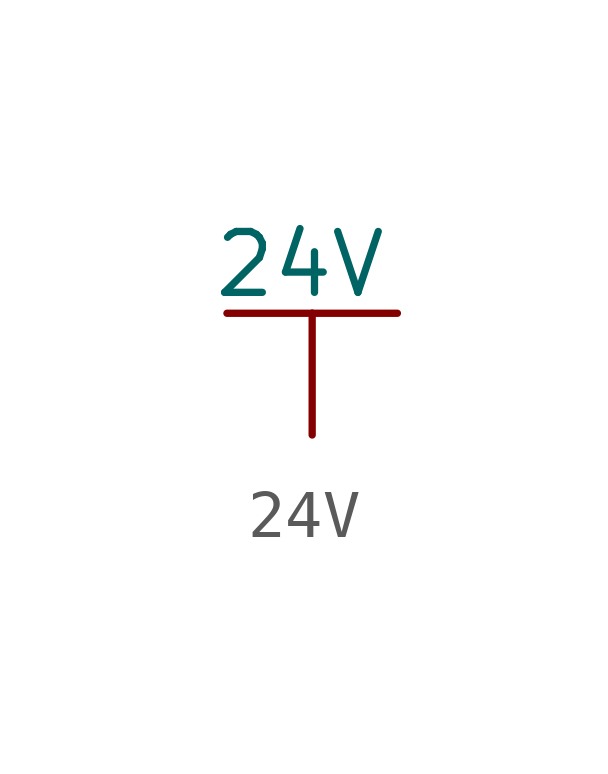
<source format=kicad_sym>
(kicad_symbol_lib
  (version 20231120)
  (generator "kicad_symbol_editor")
  (generator_version "8.0")
  (symbol "24V"
    (power)
    (pin_numbers hide)
    (pin_names
      (offset 0) hide)
    (property "Reference" "#PWR"
      (at 0 -3.81 0)
      (effects (font (size 1.27 1.27)) (hide yes)))
    (property "Value" "24V"
      (at -0.254 3.556 0)
      (effects (font (size 1.27 1.27))))
    (property "Footprint" ""
      (at 0 0 0)
      (effects (font (size 1.524 1.524))))
    (property "Datasheet" ""
      (at 0 0 0)
      (effects (font (size 1.524 1.524))))
    (symbol "24V_0_1"
      (polyline (pts (xy -1.778 2.54) (xy 0 2.54)) (stroke (width 0) (type default)) (fill (type none)))
      (polyline (pts (xy 0 0) (xy 0 2.54)) (stroke (width 0) (type default)) (fill (type none)))
      (polyline (pts (xy 0 2.54) (xy 1.778 2.54)) (stroke (width 0) (type default)) (fill (type none))))
    (symbol "24V_1_1"
      (pin power_in line (at 0 0 90) (length 0) hide (name "24V" (effects (font (size 1.27 1.27)))) (number "1" (effects (font (size 1.27 1.27))))))))
</source>
